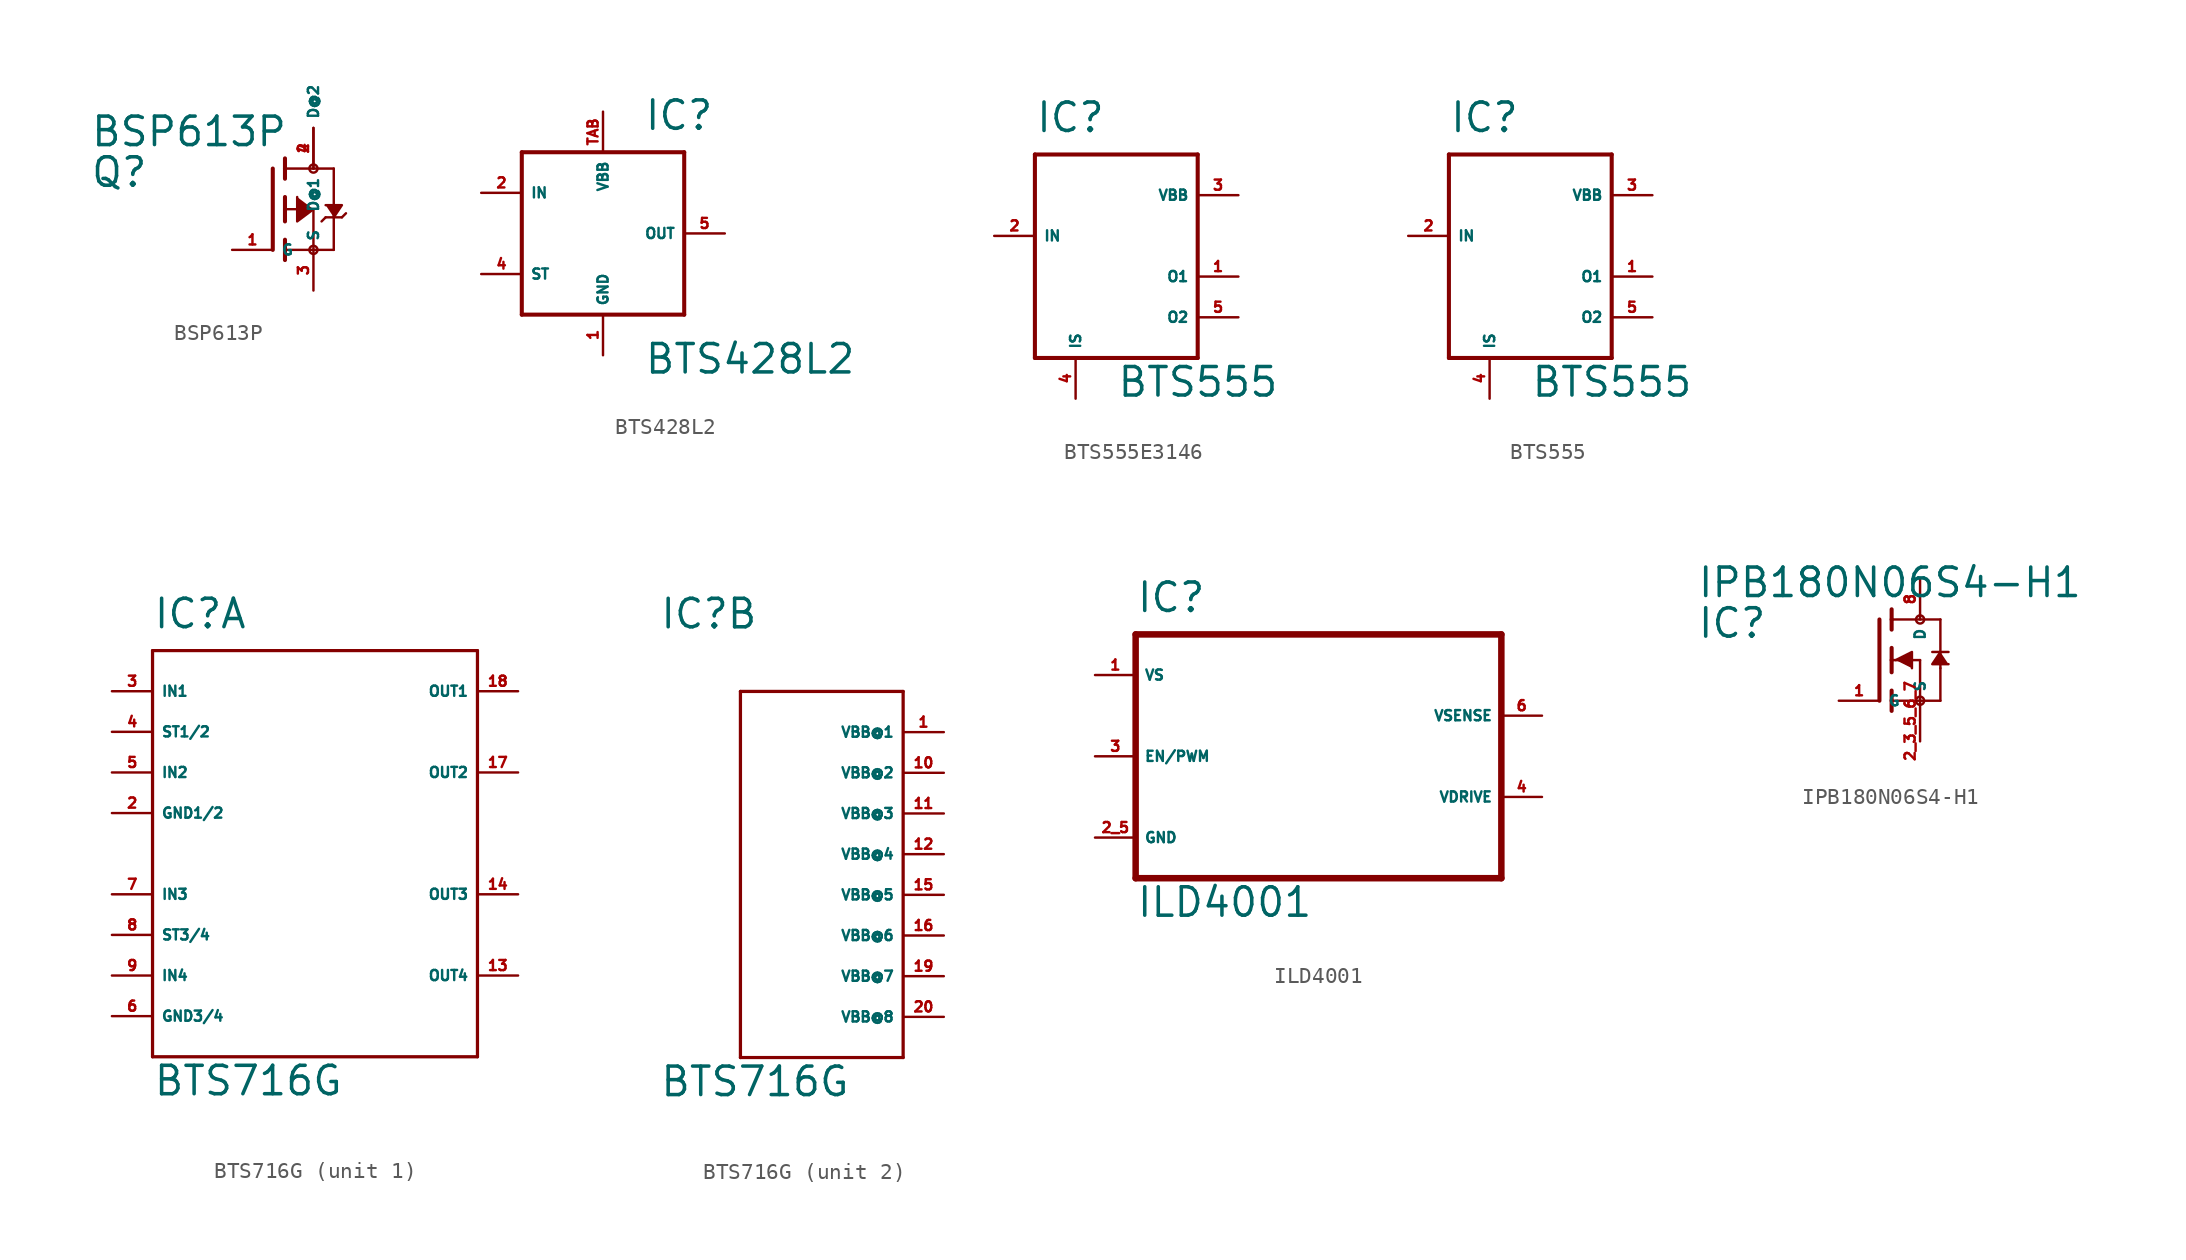
<source format=kicad_sym>
(kicad_symbol_lib
  (version 20220914)
  (generator Eagle2Kicad)
  (symbol "BSP613P"
    (property "Reference" "Q"
      (at -11.43 1.27 0)
      (effects (font (size 1.778 1.778) (thickness 0.22)) (justify left bottom)))
    (property "Value" "BSP613P"
      (at -11.43 3.81 0)
      (effects (font (size 1.778 1.778) (thickness 0.22)) (justify left bottom)))
    (polyline
      (pts (xy 3.81 -0.508) (xy 4.318 0.254) (xy 3.302 0.254))
      (stroke (width 0.152) (type default))
      (fill (type outline)))
    (polyline
      (pts (xy 2.54 0) (xy 1.524 -0.762) (xy 1.524 0.762))
      (stroke (width 0.152) (type default))
      (fill (type outline)))
    (polyline
      (pts (xy 0.762 0.762) (xy 0.762 0))
      (stroke (width 0.254) (type default))
      (fill (type none)))
    (polyline
      (pts (xy 0.762 0) (xy 0.762 -0.762))
      (stroke (width 0.254) (type default))
      (fill (type none)))
    (polyline
      (pts (xy 0.762 3.175) (xy 0.762 2.54))
      (stroke (width 0.254) (type default))
      (fill (type none)))
    (polyline
      (pts (xy 0.762 2.54) (xy 0.762 1.905))
      (stroke (width 0.254) (type default))
      (fill (type none)))
    (polyline
      (pts (xy 0.762 0) (xy 2.54 0))
      (stroke (width 0.152) (type default))
      (fill (type none)))
    (polyline
      (pts (xy 2.54 0) (xy 2.54 -2.54))
      (stroke (width 0.152) (type default))
      (fill (type none)))
    (polyline
      (pts (xy 0.762 -1.905) (xy 0.762 -2.54))
      (stroke (width 0.254) (type default))
      (fill (type none)))
    (polyline
      (pts (xy 0.762 -2.54) (xy 0.762 -3.175))
      (stroke (width 0.254) (type default))
      (fill (type none)))
    (polyline
      (pts (xy 0 2.54) (xy 0 -2.54))
      (stroke (width 0.254) (type default))
      (fill (type none)))
    (polyline
      (pts (xy 2.54 -2.54) (xy 0.762 -2.54))
      (stroke (width 0.152) (type default))
      (fill (type none)))
    (polyline
      (pts (xy 3.81 2.54) (xy 3.81 -0.508))
      (stroke (width 0.152) (type default))
      (fill (type none)))
    (polyline
      (pts (xy 3.81 -0.508) (xy 3.81 -2.54))
      (stroke (width 0.152) (type default))
      (fill (type none)))
    (polyline
      (pts (xy 2.54 -2.54) (xy 3.81 -2.54))
      (stroke (width 0.152) (type default))
      (fill (type none)))
    (polyline
      (pts (xy 0.762 2.54) (xy 3.81 2.54))
      (stroke (width 0.152) (type default))
      (fill (type none)))
    (polyline
      (pts (xy 3.048 -0.762) (xy 3.302 -0.508))
      (stroke (width 0.152) (type default))
      (fill (type none)))
    (polyline
      (pts (xy 3.302 -0.508) (xy 3.81 -0.508))
      (stroke (width 0.152) (type default))
      (fill (type none)))
    (polyline
      (pts (xy 3.81 -0.508) (xy 4.318 -0.508))
      (stroke (width 0.152) (type default))
      (fill (type none)))
    (polyline
      (pts (xy 4.318 -0.508) (xy 4.572 -0.254))
      (stroke (width 0.152) (type default))
      (fill (type none)))
    (circle
      (center 2.54 -2.54)
      (radius 0.254)
      (stroke (width 0) (type default))
      (fill (type none)))
    (circle
      (center 2.54 2.54)
      (radius 0.254)
      (stroke (width 0) (type default))
      (fill (type none)))
    (pin passive line
      (at 2.54 -5.08 90)
      (length 2.54)
      (name "S" (effects (font (size 0.635 0.635) (thickness 0.08)) (justify left bottom)))
      (number "3" (effects (font (size 0.635 0.635) (thickness 0.08)) (justify left bottom))))
    (pin passive line
      (at -2.54 -2.54 0)
      (length 2.54)
      (name "G" (effects (font (size 0.635 0.635) (thickness 0.08)) (justify left bottom)))
      (number "1" (effects (font (size 0.635 0.635) (thickness 0.08)) (justify left bottom))))
    (pin passive line
      (at 2.54 5.08 270)
      (length 2.54)
      (name "D@1" (effects (font (size 0.635 0.635) (thickness 0.08)) (justify left bottom)))
      (number "2" (effects (font (size 0.635 0.635) (thickness 0.08)) (justify left bottom))))
    (pin passive line
      (at 2.54 2.54 90)
      (length 2.54)
      (name "D@2" (effects (font (size 0.635 0.635) (thickness 0.08)) (justify left bottom)))
      (number "4" (effects (font (size 0.635 0.635) (thickness 0.08)) (justify left bottom)))))
  (symbol "BTS428L2"
    (property "Reference" "IC"
      (at 2.54 6.35 0)
      (effects (font (size 1.778 1.778) (thickness 0.22)) (justify left bottom)))
    (property "Value" "BTS428L2"
      (at 2.54 -8.89 0)
      (effects (font (size 1.778 1.778) (thickness 0.22)) (justify left bottom)))
    (polyline
      (pts (xy -5.08 5.08) (xy 5.08 5.08))
      (stroke (width 0.254) (type default))
      (fill (type none)))
    (polyline
      (pts (xy 5.08 5.08) (xy 5.08 -5.08))
      (stroke (width 0.254) (type default))
      (fill (type none)))
    (polyline
      (pts (xy 5.08 -5.08) (xy -5.08 -5.08))
      (stroke (width 0.254) (type default))
      (fill (type none)))
    (polyline
      (pts (xy -5.08 -5.08) (xy -5.08 5.08))
      (stroke (width 0.254) (type default))
      (fill (type none)))
    (pin input line
      (at -7.62 2.54 0)
      (length 2.54)
      (name "IN" (effects (font (size 0.635 0.635) (thickness 0.08)) (justify left bottom)))
      (number "2" (effects (font (size 0.635 0.635) (thickness 0.08)) (justify left bottom))))
    (pin input line
      (at -7.62 -2.54 0)
      (length 2.54)
      (name "ST" (effects (font (size 0.635 0.635) (thickness 0.08)) (justify left bottom)))
      (number "4" (effects (font (size 0.635 0.635) (thickness 0.08)) (justify left bottom))))
    (pin unspecified line
      (at 0 -7.62 90)
      (length 2.54)
      (name "GND" (effects (font (size 0.635 0.635) (thickness 0.08)) (justify left bottom)))
      (number "1" (effects (font (size 0.635 0.635) (thickness 0.08)) (justify left bottom))))
    (pin unspecified line
      (at 0 7.62 270)
      (length 2.54)
      (name "VBB" (effects (font (size 0.635 0.635) (thickness 0.08)) (justify left bottom)))
      (number "TAB" (effects (font (size 0.635 0.635) (thickness 0.08)) (justify left bottom))))
    (pin output line
      (at 7.62 0 180)
      (length 2.54)
      (name "OUT" (effects (font (size 0.635 0.635) (thickness 0.08)) (justify left bottom)))
      (number "5" (effects (font (size 0.635 0.635) (thickness 0.08)) (justify left bottom)))))
  (symbol "BTS555E3146"
    (property "Reference" "IC"
      (at -5.08 8.89 0)
      (effects (font (size 1.778 1.778) (thickness 0.22)) (justify left bottom)))
    (property "Value" "BTS555"
      (at 0 -7.62 0)
      (effects (font (size 1.778 1.778) (thickness 0.22)) (justify left bottom)))
    (polyline
      (pts (xy -5.08 7.62) (xy 5.08 7.62))
      (stroke (width 0.254) (type default))
      (fill (type none)))
    (polyline
      (pts (xy 5.08 7.62) (xy 5.08 -5.08))
      (stroke (width 0.254) (type default))
      (fill (type none)))
    (polyline
      (pts (xy 5.08 -5.08) (xy -5.08 -5.08))
      (stroke (width 0.254) (type default))
      (fill (type none)))
    (polyline
      (pts (xy -5.08 -5.08) (xy -5.08 7.62))
      (stroke (width 0.254) (type default))
      (fill (type none)))
    (pin input line
      (at -7.62 2.54 0)
      (length 2.54)
      (name "IN" (effects (font (size 0.635 0.635) (thickness 0.08)) (justify left bottom)))
      (number "2" (effects (font (size 0.635 0.635) (thickness 0.08)) (justify left bottom))))
    (pin passive line
      (at -2.54 -7.62 90)
      (length 2.54)
      (name "IS" (effects (font (size 0.635 0.635) (thickness 0.08)) (justify left bottom)))
      (number "4" (effects (font (size 0.635 0.635) (thickness 0.08)) (justify left bottom))))
    (pin passive line
      (at 7.62 5.08 180)
      (length 2.54)
      (name "VBB" (effects (font (size 0.635 0.635) (thickness 0.08)) (justify left bottom)))
      (number "3" (effects (font (size 0.635 0.635) (thickness 0.08)) (justify left bottom))))
    (pin passive line
      (at 7.62 0 180)
      (length 2.54)
      (name "O1" (effects (font (size 0.635 0.635) (thickness 0.08)) (justify left bottom)))
      (number "1" (effects (font (size 0.635 0.635) (thickness 0.08)) (justify left bottom))))
    (pin passive line
      (at 7.62 -2.54 180)
      (length 2.54)
      (name "O2" (effects (font (size 0.635 0.635) (thickness 0.08)) (justify left bottom)))
      (number "5" (effects (font (size 0.635 0.635) (thickness 0.08)) (justify left bottom)))))
  (symbol "BTS555"
    (property "Reference" "IC"
      (at -5.08 8.89 0)
      (effects (font (size 1.778 1.778) (thickness 0.22)) (justify left bottom)))
    (property "Value" "BTS555"
      (at 0 -7.62 0)
      (effects (font (size 1.778 1.778) (thickness 0.22)) (justify left bottom)))
    (polyline
      (pts (xy -5.08 7.62) (xy 5.08 7.62))
      (stroke (width 0.254) (type default))
      (fill (type none)))
    (polyline
      (pts (xy 5.08 7.62) (xy 5.08 -5.08))
      (stroke (width 0.254) (type default))
      (fill (type none)))
    (polyline
      (pts (xy 5.08 -5.08) (xy -5.08 -5.08))
      (stroke (width 0.254) (type default))
      (fill (type none)))
    (polyline
      (pts (xy -5.08 -5.08) (xy -5.08 7.62))
      (stroke (width 0.254) (type default))
      (fill (type none)))
    (pin input line
      (at -7.62 2.54 0)
      (length 2.54)
      (name "IN" (effects (font (size 0.635 0.635) (thickness 0.08)) (justify left bottom)))
      (number "2" (effects (font (size 0.635 0.635) (thickness 0.08)) (justify left bottom))))
    (pin passive line
      (at -2.54 -7.62 90)
      (length 2.54)
      (name "IS" (effects (font (size 0.635 0.635) (thickness 0.08)) (justify left bottom)))
      (number "4" (effects (font (size 0.635 0.635) (thickness 0.08)) (justify left bottom))))
    (pin passive line
      (at 7.62 5.08 180)
      (length 2.54)
      (name "VBB" (effects (font (size 0.635 0.635) (thickness 0.08)) (justify left bottom)))
      (number "3" (effects (font (size 0.635 0.635) (thickness 0.08)) (justify left bottom))))
    (pin passive line
      (at 7.62 0 180)
      (length 2.54)
      (name "O1" (effects (font (size 0.635 0.635) (thickness 0.08)) (justify left bottom)))
      (number "1" (effects (font (size 0.635 0.635) (thickness 0.08)) (justify left bottom))))
    (pin passive line
      (at 7.62 -2.54 180)
      (length 2.54)
      (name "O2" (effects (font (size 0.635 0.635) (thickness 0.08)) (justify left bottom)))
      (number "5" (effects (font (size 0.635 0.635) (thickness 0.08)) (justify left bottom)))))
  (symbol "BTS716G"
    (property "Reference" "IC"
      (at -10.16 13.97 0)
      (effects (font (size 1.778 1.778) (thickness 0.22)) (justify left bottom)))
    (property "Value" "BTS716G"
      (at -10.16 -15.24 0)
      (effects (font (size 1.778 1.778) (thickness 0.22)) (justify left bottom)))
    (symbol "BTS716G_1_0"
      (polyline (pts (xy -10.16 12.7) (xy 10.16 12.7)) (stroke (width 0.203) (type default)) (fill (type none)))
      (polyline (pts (xy 10.16 12.7) (xy 10.16 -12.7)) (stroke (width 0.203) (type default)) (fill (type none)))
      (polyline (pts (xy 10.16 -12.7) (xy -10.16 -12.7)) (stroke (width 0.203) (type default)) (fill (type none)))
      (polyline (pts (xy -10.16 -12.7) (xy -10.16 12.7)) (stroke (width 0.203) (type default)) (fill (type none)))
      (pin input line (at -12.7 10.16 0) (length 2.54) (name "IN1" (effects (font (size 0.635 0.635) (thickness 0.08)) (justify left bottom))) (number "3" (effects (font (size 0.635 0.635) (thickness 0.08)) (justify left bottom))))
      (pin input line (at -12.7 5.08 0) (length 2.54) (name "IN2" (effects (font (size 0.635 0.635) (thickness 0.08)) (justify left bottom))) (number "5" (effects (font (size 0.635 0.635) (thickness 0.08)) (justify left bottom))))
      (pin input line (at -12.7 -2.54 0) (length 2.54) (name "IN3" (effects (font (size 0.635 0.635) (thickness 0.08)) (justify left bottom))) (number "7" (effects (font (size 0.635 0.635) (thickness 0.08)) (justify left bottom))))
      (pin input line (at -12.7 -7.62 0) (length 2.54) (name "IN4" (effects (font (size 0.635 0.635) (thickness 0.08)) (justify left bottom))) (number "9" (effects (font (size 0.635 0.635) (thickness 0.08)) (justify left bottom))))
      (pin output line (at 12.7 10.16 180) (length 2.54) (name "OUT1" (effects (font (size 0.635 0.635) (thickness 0.08)) (justify left bottom))) (number "18" (effects (font (size 0.635 0.635) (thickness 0.08)) (justify left bottom))))
      (pin output line (at 12.7 5.08 180) (length 2.54) (name "OUT2" (effects (font (size 0.635 0.635) (thickness 0.08)) (justify left bottom))) (number "17" (effects (font (size 0.635 0.635) (thickness 0.08)) (justify left bottom))))
      (pin output line (at 12.7 -2.54 180) (length 2.54) (name "OUT3" (effects (font (size 0.635 0.635) (thickness 0.08)) (justify left bottom))) (number "14" (effects (font (size 0.635 0.635) (thickness 0.08)) (justify left bottom))))
      (pin output line (at 12.7 -7.62 180) (length 2.54) (name "OUT4" (effects (font (size 0.635 0.635) (thickness 0.08)) (justify left bottom))) (number "13" (effects (font (size 0.635 0.635) (thickness 0.08)) (justify left bottom))))
      (pin input line (at -12.7 -10.16 0) (length 2.54) (name "GND3/4" (effects (font (size 0.635 0.635) (thickness 0.08)) (justify left bottom))) (number "6" (effects (font (size 0.635 0.635) (thickness 0.08)) (justify left bottom))))
      (pin input line (at -12.7 2.54 0) (length 2.54) (name "GND1/2" (effects (font (size 0.635 0.635) (thickness 0.08)) (justify left bottom))) (number "2" (effects (font (size 0.635 0.635) (thickness 0.08)) (justify left bottom))))
      (pin input line (at -12.7 7.62 0) (length 2.54) (name "ST1/2" (effects (font (size 0.635 0.635) (thickness 0.08)) (justify left bottom))) (number "4" (effects (font (size 0.635 0.635) (thickness 0.08)) (justify left bottom))))
      (pin input line (at -12.7 -5.08 0) (length 2.54) (name "ST3/4" (effects (font (size 0.635 0.635) (thickness 0.08)) (justify left bottom))) (number "8" (effects (font (size 0.635 0.635) (thickness 0.08)) (justify left bottom)))))
    (symbol "BTS716G_2_0"
      (polyline (pts (xy -5.08 10.16) (xy 5.08 10.16)) (stroke (width 0.203) (type default)) (fill (type none)))
      (polyline (pts (xy 5.08 10.16) (xy 5.08 -12.7)) (stroke (width 0.203) (type default)) (fill (type none)))
      (polyline (pts (xy 5.08 -12.7) (xy -5.08 -12.7)) (stroke (width 0.203) (type default)) (fill (type none)))
      (polyline (pts (xy -5.08 -12.7) (xy -5.08 10.16)) (stroke (width 0.203) (type default)) (fill (type none)))
      (pin unspecified line (at 7.62 7.62 180) (length 2.54) (name "VBB@1" (effects (font (size 0.635 0.635) (thickness 0.08)) (justify left bottom))) (number "1" (effects (font (size 0.635 0.635) (thickness 0.08)) (justify left bottom))))
      (pin unspecified line (at 7.62 5.08 180) (length 2.54) (name "VBB@2" (effects (font (size 0.635 0.635) (thickness 0.08)) (justify left bottom))) (number "10" (effects (font (size 0.635 0.635) (thickness 0.08)) (justify left bottom))))
      (pin unspecified line (at 7.62 2.54 180) (length 2.54) (name "VBB@3" (effects (font (size 0.635 0.635) (thickness 0.08)) (justify left bottom))) (number "11" (effects (font (size 0.635 0.635) (thickness 0.08)) (justify left bottom))))
      (pin unspecified line (at 7.62 0 180) (length 2.54) (name "VBB@4" (effects (font (size 0.635 0.635) (thickness 0.08)) (justify left bottom))) (number "12" (effects (font (size 0.635 0.635) (thickness 0.08)) (justify left bottom))))
      (pin unspecified line (at 7.62 -2.54 180) (length 2.54) (name "VBB@5" (effects (font (size 0.635 0.635) (thickness 0.08)) (justify left bottom))) (number "15" (effects (font (size 0.635 0.635) (thickness 0.08)) (justify left bottom))))
      (pin unspecified line (at 7.62 -5.08 180) (length 2.54) (name "VBB@6" (effects (font (size 0.635 0.635) (thickness 0.08)) (justify left bottom))) (number "16" (effects (font (size 0.635 0.635) (thickness 0.08)) (justify left bottom))))
      (pin unspecified line (at 7.62 -7.62 180) (length 2.54) (name "VBB@7" (effects (font (size 0.635 0.635) (thickness 0.08)) (justify left bottom))) (number "19" (effects (font (size 0.635 0.635) (thickness 0.08)) (justify left bottom))))
      (pin unspecified line (at 7.62 -10.16 180) (length 2.54) (name "VBB@8" (effects (font (size 0.635 0.635) (thickness 0.08)) (justify left bottom))) (number "20" (effects (font (size 0.635 0.635) (thickness 0.08)) (justify left bottom))))))
  (symbol "ILD4001"
    (property "Reference" "IC"
      (at -10.16 8.89 0)
      (effects (font (size 1.778 1.778) (thickness 0.22)) (justify left bottom)))
    (property "Value" "ILD4001"
      (at -10.16 -10.16 0)
      (effects (font (size 1.778 1.778) (thickness 0.22)) (justify left bottom)))
    (polyline
      (pts (xy -10.16 7.62) (xy 12.7 7.62))
      (stroke (width 0.406) (type default))
      (fill (type none)))
    (polyline
      (pts (xy 12.7 7.62) (xy 12.7 -7.62))
      (stroke (width 0.406) (type default))
      (fill (type none)))
    (polyline
      (pts (xy 12.7 -7.62) (xy -10.16 -7.62))
      (stroke (width 0.406) (type default))
      (fill (type none)))
    (polyline
      (pts (xy -10.16 -7.62) (xy -10.16 7.62))
      (stroke (width 0.406) (type default))
      (fill (type none)))
    (pin input line
      (at -12.7 5.08 0)
      (length 2.54)
      (name "VS" (effects (font (size 0.635 0.635) (thickness 0.08)) (justify left bottom)))
      (number "1" (effects (font (size 0.635 0.635) (thickness 0.08)) (justify left bottom))))
    (pin unspecified line
      (at -12.7 -5.08 0)
      (length 2.54)
      (name "GND" (effects (font (size 0.635 0.635) (thickness 0.08)) (justify left bottom)))
      (number "2 5" (effects (font (size 0.635 0.635) (thickness 0.08)) (justify left bottom))))
    (pin input line
      (at -12.7 0 0)
      (length 2.54)
      (name "EN/PWM" (effects (font (size 0.635 0.635) (thickness 0.08)) (justify left bottom)))
      (number "3" (effects (font (size 0.635 0.635) (thickness 0.08)) (justify left bottom))))
    (pin input line
      (at 15.24 2.54 180)
      (length 2.54)
      (name "VSENSE" (effects (font (size 0.635 0.635) (thickness 0.08)) (justify left bottom)))
      (number "6" (effects (font (size 0.635 0.635) (thickness 0.08)) (justify left bottom))))
    (pin output line
      (at 15.24 -2.54 180)
      (length 2.54)
      (name "VDRIVE" (effects (font (size 0.635 0.635) (thickness 0.08)) (justify left bottom)))
      (number "4" (effects (font (size 0.635 0.635) (thickness 0.08)) (justify left bottom)))))
  (symbol "IPB180N06S4-H1"
    (property "Reference" "IC"
      (at -11.43 1.27 0)
      (effects (font (size 1.778 1.778) (thickness 0.22)) (justify left bottom)))
    (property "Value" "IPB180N06S4-H1"
      (at -11.43 3.81 0)
      (effects (font (size 1.778 1.778) (thickness 0.22)) (justify left bottom)))
    (polyline
      (pts (xy 1.016 0) (xy 2.032 0.508) (xy 2.032 -0.508))
      (stroke (width 0.152) (type default))
      (fill (type outline)))
    (polyline
      (pts (xy 3.81 0.508) (xy 3.302 -0.254) (xy 4.318 -0.254))
      (stroke (width 0.152) (type default))
      (fill (type outline)))
    (polyline
      (pts (xy 0.762 0.762) (xy 0.762 0))
      (stroke (width 0.254) (type default))
      (fill (type none)))
    (polyline
      (pts (xy 0.762 0) (xy 0.762 -0.762))
      (stroke (width 0.254) (type default))
      (fill (type none)))
    (polyline
      (pts (xy 0.762 3.175) (xy 0.762 2.54))
      (stroke (width 0.254) (type default))
      (fill (type none)))
    (polyline
      (pts (xy 0.762 2.54) (xy 0.762 1.905))
      (stroke (width 0.254) (type default))
      (fill (type none)))
    (polyline
      (pts (xy 0.762 0) (xy 2.54 0))
      (stroke (width 0.152) (type default))
      (fill (type none)))
    (polyline
      (pts (xy 2.54 0) (xy 2.54 -2.54))
      (stroke (width 0.152) (type default))
      (fill (type none)))
    (polyline
      (pts (xy 0.762 -1.905) (xy 0.762 -2.54))
      (stroke (width 0.254) (type default))
      (fill (type none)))
    (polyline
      (pts (xy 0.762 -2.54) (xy 0.762 -3.175))
      (stroke (width 0.254) (type default))
      (fill (type none)))
    (polyline
      (pts (xy 0 2.54) (xy 0 -2.54))
      (stroke (width 0.254) (type default))
      (fill (type none)))
    (polyline
      (pts (xy 2.54 -2.54) (xy 0.762 -2.54))
      (stroke (width 0.152) (type default))
      (fill (type none)))
    (polyline
      (pts (xy 3.81 2.54) (xy 3.81 0.508))
      (stroke (width 0.152) (type default))
      (fill (type none)))
    (polyline
      (pts (xy 3.81 0.508) (xy 3.81 -0.508))
      (stroke (width 0.152) (type default))
      (fill (type none)))
    (polyline
      (pts (xy 3.81 -0.508) (xy 3.81 -2.54))
      (stroke (width 0.152) (type default))
      (fill (type none)))
    (polyline
      (pts (xy 2.54 -2.54) (xy 3.81 -2.54))
      (stroke (width 0.152) (type default))
      (fill (type none)))
    (polyline
      (pts (xy 0.762 2.54) (xy 3.81 2.54))
      (stroke (width 0.152) (type default))
      (fill (type none)))
    (polyline
      (pts (xy 3.302 0.508) (xy 3.81 0.508))
      (stroke (width 0.152) (type default))
      (fill (type none)))
    (polyline
      (pts (xy 3.81 0.508) (xy 4.318 0.508))
      (stroke (width 0.152) (type default))
      (fill (type none)))
    (circle
      (center 2.54 -2.54)
      (radius 0.254)
      (stroke (width 0) (type default))
      (fill (type none)))
    (circle
      (center 2.54 2.54)
      (radius 0.254)
      (stroke (width 0) (type default))
      (fill (type none)))
    (pin passive line
      (at 2.54 -5.08 90)
      (length 2.54)
      (name "S" (effects (font (size 0.635 0.635) (thickness 0.08)) (justify left bottom)))
      (number "2 3 5 6 7" (effects (font (size 0.635 0.635) (thickness 0.08)) (justify left bottom))))
    (pin passive line
      (at -2.54 -2.54 0)
      (length 2.54)
      (name "G" (effects (font (size 0.635 0.635) (thickness 0.08)) (justify left bottom)))
      (number "1" (effects (font (size 0.635 0.635) (thickness 0.08)) (justify left bottom))))
    (pin passive line
      (at 2.54 5.08 270)
      (length 2.54)
      (name "D" (effects (font (size 0.635 0.635) (thickness 0.08)) (justify left bottom)))
      (number "8" (effects (font (size 0.635 0.635) (thickness 0.08)) (justify left bottom))))))
</source>
